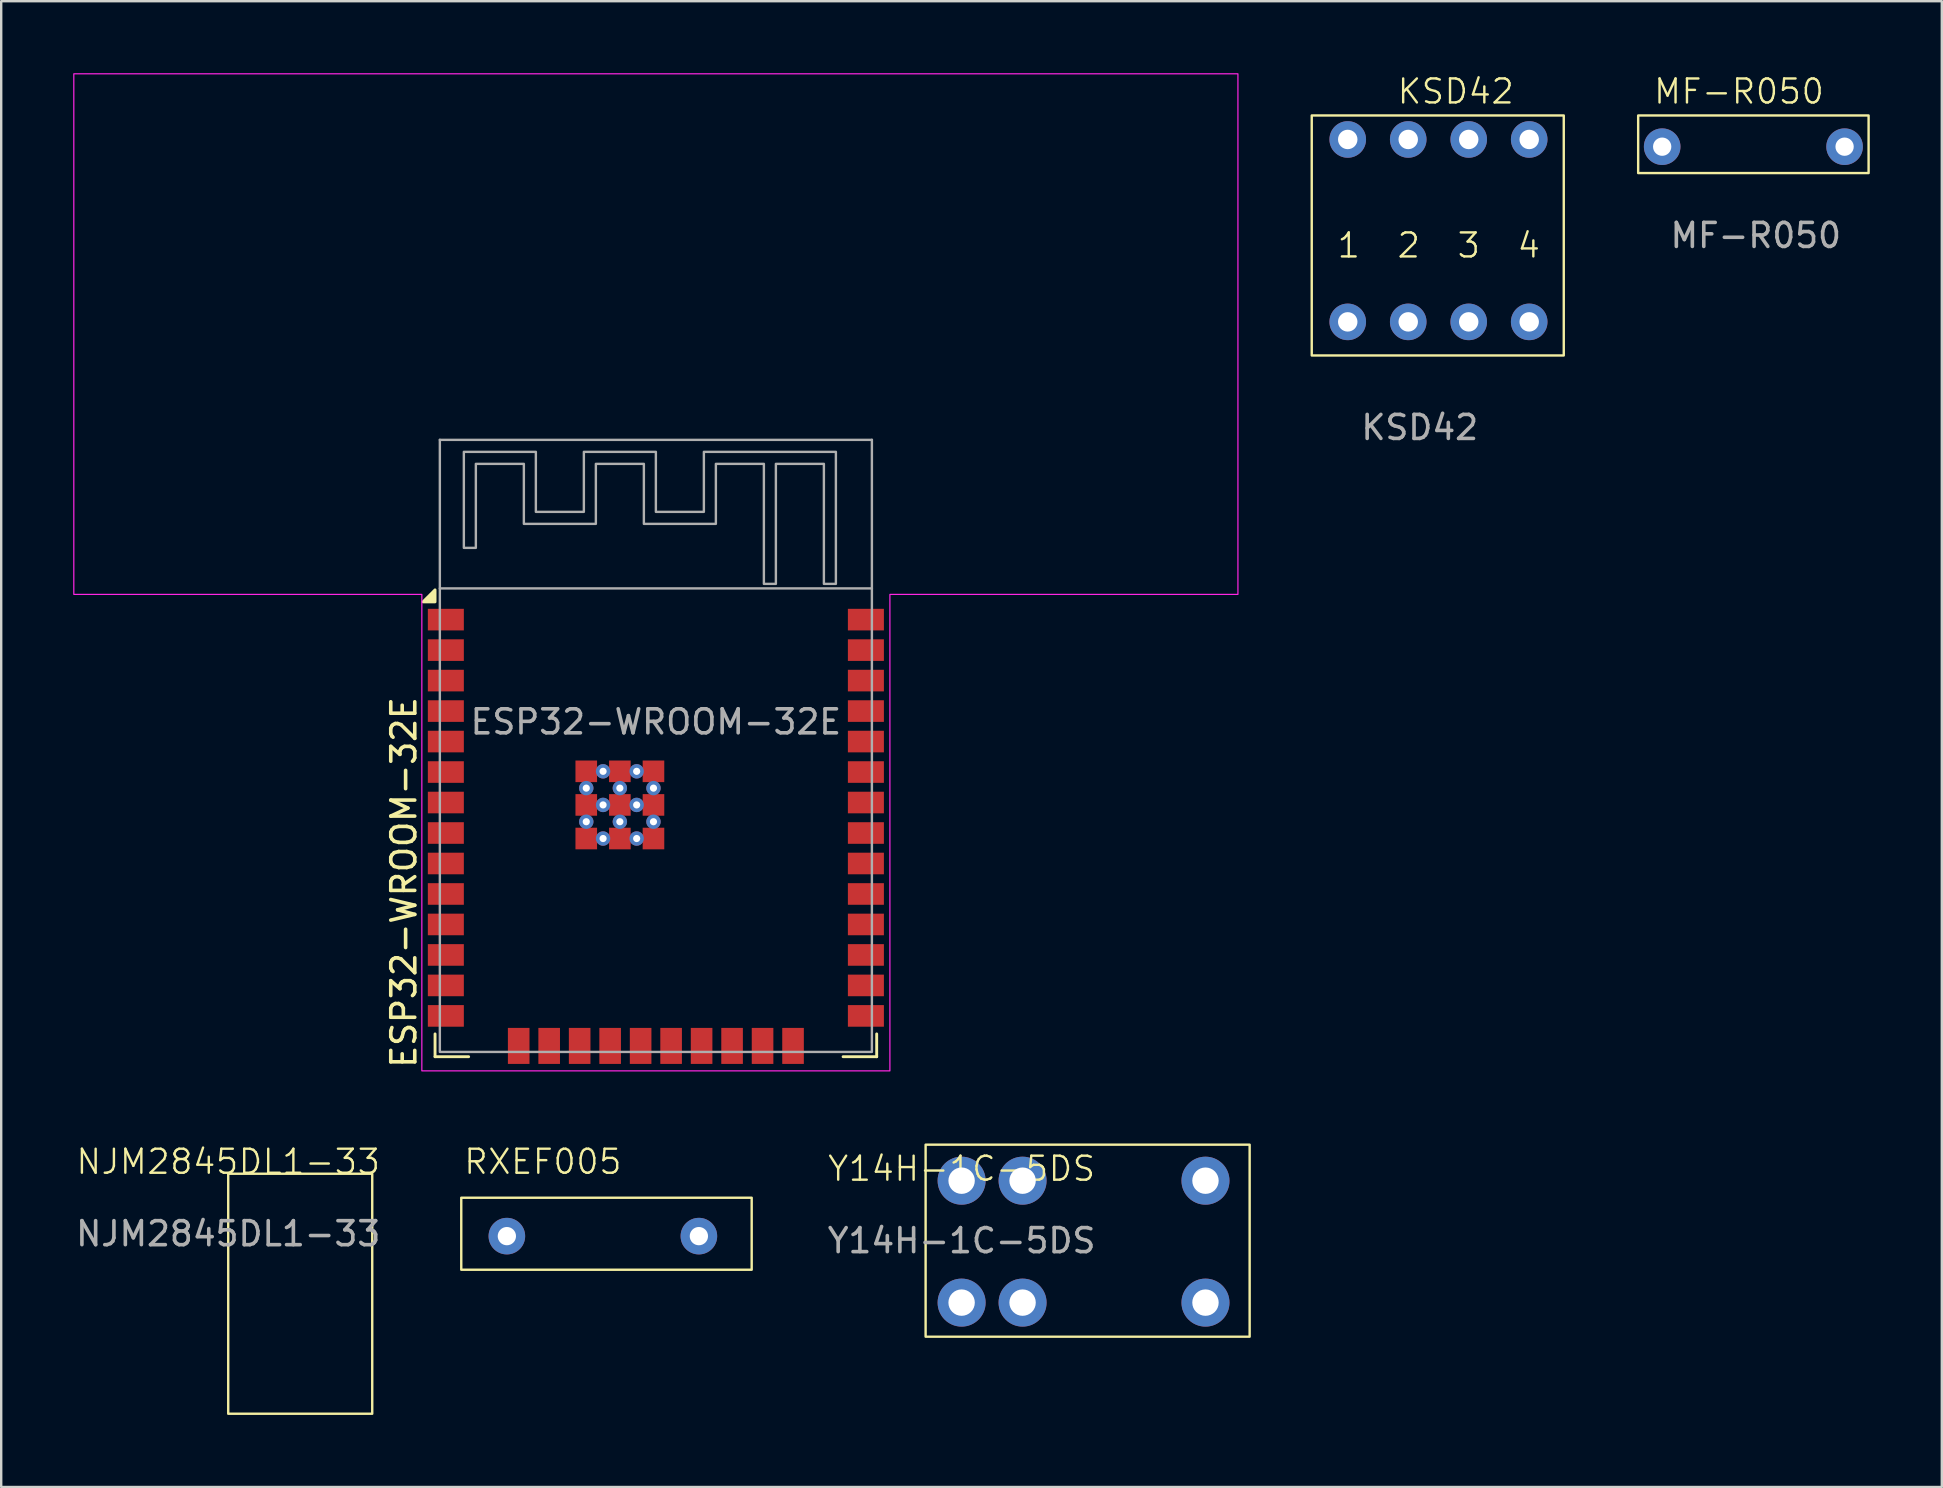
<source format=kicad_pcb>
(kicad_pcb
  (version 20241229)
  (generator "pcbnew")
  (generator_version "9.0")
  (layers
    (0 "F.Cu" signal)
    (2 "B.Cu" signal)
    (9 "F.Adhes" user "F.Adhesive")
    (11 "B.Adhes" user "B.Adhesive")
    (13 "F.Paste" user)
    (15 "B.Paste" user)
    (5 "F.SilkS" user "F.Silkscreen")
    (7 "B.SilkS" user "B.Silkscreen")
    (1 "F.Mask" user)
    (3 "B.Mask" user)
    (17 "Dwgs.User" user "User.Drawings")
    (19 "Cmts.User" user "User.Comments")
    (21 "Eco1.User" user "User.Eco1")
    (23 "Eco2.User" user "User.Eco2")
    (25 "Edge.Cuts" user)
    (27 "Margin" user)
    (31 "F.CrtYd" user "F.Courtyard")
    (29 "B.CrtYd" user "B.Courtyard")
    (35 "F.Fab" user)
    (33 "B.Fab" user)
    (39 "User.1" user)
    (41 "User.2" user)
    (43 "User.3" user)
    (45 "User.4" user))
  (footprint "MF-R050"
    (layer "F.Cu")
    (at 70 3.061)
    (property "Reference" "MF-R050" (at -0.6 -2.3 0) (unlocked yes) (layer "F.SilkS") (effects (font (size 1 1) (thickness 0.1))))
    (attr through_hole)
    (fp_rect (start -4.8 -1.3) (end 4.8 1.1) (stroke (width 0.1) (type default)) (fill no) (layer "F.SilkS"))
    (fp_text user "${REFERENCE}" (at 0.1 3.7 0) (unlocked yes) (layer "F.Fab") (effects (font (size 1 1) (thickness 0.15))))
    (pad "1" thru_hole circle (at -3.8 0) (size 1.524 1.524) (drill 0.762) (layers "*.Cu" "*.Mask"))
    (pad "2" thru_hole circle (at 3.8 0) (size 1.524 1.524) (drill 0.762) (layers "*.Cu" "*.Mask")))
  (footprint "RXEF005"
    (layer "F.Cu")
    (at 16.167 46.85)
    (property "Reference" "RXEF005" (at 3.4 -1.5 0) (unlocked yes) (layer "F.SilkS") (effects (font (size 1 1) (thickness 0.1))))
    (attr through_hole)
    (fp_rect (start 0 0) (end 12.1 3) (stroke (width 0.1) (type default)) (fill no) (layer "F.SilkS"))
    (pad "1" thru_hole circle (at 1.9 1.6) (size 1.524 1.524) (drill 0.762) (layers "*.Cu" "*.Mask"))
    (pad "2" thru_hole circle (at 9.9 1.6) (size 1.524 1.524) (drill 0.762) (layers "*.Cu" "*.Mask")))
  (footprint "ESP32-WROOM-32E"
    (layer "F.Cu")
    (at 24.275 28.025)
    (property "Reference" "ESP32-WROOM-32E" (at -10.5 13.5 90) (layer "F.SilkS") (effects (font (size 1 1) (thickness 0.15)) (justify left)))
    (attr smd)
    (fp_line (start -9.2 12.95) (end -9.2 12) (stroke (width 0.12) (type solid)) (layer "F.SilkS"))
    (fp_line (start -7.8 12.95) (end -9.2 12.95) (stroke (width 0.12) (type solid)) (layer "F.SilkS"))
    (fp_line (start 7.8 12.95) (end 9.2 12.95) (stroke (width 0.12) (type solid)) (layer "F.SilkS"))
    (fp_line (start 9.2 12.95) (end 9.2 12) (stroke (width 0.12) (type solid)) (layer "F.SilkS"))
    (fp_poly (pts (xy -9.2 -6) (xy -9.7 -6) (xy -9.2 -6.5) (xy -9.2 -6)) (stroke (width 0.12) (type solid)) (fill yes) (layer "F.SilkS"))
    (fp_poly (pts (xy -24.25 -28) (xy 24.25 -28) (xy 24.25 -6.31) (xy 9.75 -6.31) (xy 9.75 13.54) (xy -9.75 13.54) (xy -9.75 -6.31) (xy -24.25 -6.31)) (stroke (width 0.05) (type solid)) (fill no) (layer "F.CrtYd"))
    (fp_line (start -9 -12.75) (end 9 -12.75) (stroke (width 0.1) (type solid)) (layer "F.Fab"))
    (fp_line (start -9 -6.56) (end -9 -12.75) (stroke (width 0.1) (type solid)) (layer "F.Fab"))
    (fp_line (start 9 -12.75) (end 9 -6.56) (stroke (width 0.1) (type solid)) (layer "F.Fab"))
    (fp_rect (start -9 -6.56) (end 9 12.75) (stroke (width 0.1) (type solid)) (fill no) (layer "F.Fab"))
    (fp_poly (pts (xy -5 -9.75) (xy -3 -9.75) (xy -3 -12.25) (xy 0 -12.25) (xy 0 -9.75) (xy 2 -9.75) (xy 2 -12.25) (xy 7.5 -12.25) (xy 7.5 -6.75) (xy 7 -6.75) (xy 7 -11.75) (xy 5 -11.75) (xy 5 -6.75) (xy 4.5 -6.75) (xy 4.5 -11.75) (xy 2.5 -11.75) (xy 2.5 -9.25) (xy -0.5 -9.25) (xy -0.5 -11.75) (xy -2.5 -11.75) (xy -2.5 -9.25) (xy -5.5 -9.25) (xy -5.5 -11.75) (xy -7.5 -11.75) (xy -7.5 -8.25) (xy -8 -8.25) (xy -8 -12.25) (xy -5 -12.25)) (stroke (width 0.1) (type solid)) (fill no) (layer "F.Fab"))
    (fp_text user "${REFERENCE}" (at 0 -1 0) (layer "F.Fab") (effects (font (size 1 1) (thickness 0.15))))
    (pad "1" smd rect (at -8.75 -5.26) (size 1.5 0.9) (layers "F.Cu" "F.Mask" "F.Paste"))
    (pad "2" smd rect (at -8.75 -3.99) (size 1.5 0.9) (layers "F.Cu" "F.Mask" "F.Paste"))
    (pad "3" smd rect (at -8.75 -2.72) (size 1.5 0.9) (layers "F.Cu" "F.Mask" "F.Paste"))
    (pad "4" smd rect (at -8.75 -1.45) (size 1.5 0.9) (layers "F.Cu" "F.Mask" "F.Paste"))
    (pad "5" smd rect (at -8.75 -0.18) (size 1.5 0.9) (layers "F.Cu" "F.Mask" "F.Paste"))
    (pad "6" smd rect (at -8.75 1.09) (size 1.5 0.9) (layers "F.Cu" "F.Mask" "F.Paste"))
    (pad "7" smd rect (at -8.75 2.36) (size 1.5 0.9) (layers "F.Cu" "F.Mask" "F.Paste"))
    (pad "8" smd rect (at -8.75 3.63) (size 1.5 0.9) (layers "F.Cu" "F.Mask" "F.Paste"))
    (pad "9" smd rect (at -8.75 4.9) (size 1.5 0.9) (layers "F.Cu" "F.Mask" "F.Paste"))
    (pad "10" smd rect (at -8.75 6.17) (size 1.5 0.9) (layers "F.Cu" "F.Mask" "F.Paste"))
    (pad "11" smd rect (at -8.75 7.44) (size 1.5 0.9) (layers "F.Cu" "F.Mask" "F.Paste"))
    (pad "12" smd rect (at -8.75 8.71) (size 1.5 0.9) (layers "F.Cu" "F.Mask" "F.Paste"))
    (pad "13" smd rect (at -8.75 9.98) (size 1.5 0.9) (layers "F.Cu" "F.Mask" "F.Paste"))
    (pad "14" smd rect (at -8.75 11.25) (size 1.5 0.9) (layers "F.Cu" "F.Mask" "F.Paste"))
    (pad "15" smd rect (at -5.715 12.5 90) (size 1.5 0.9) (layers "F.Cu" "F.Mask" "F.Paste"))
    (pad "16" smd rect (at -4.445 12.5 90) (size 1.5 0.9) (layers "F.Cu" "F.Mask" "F.Paste"))
    (pad "17" smd rect (at -3.175 12.5 90) (size 1.5 0.9) (layers "F.Cu" "F.Mask" "F.Paste"))
    (pad "18" smd rect (at -1.905 12.5 90) (size 1.5 0.9) (layers "F.Cu" "F.Mask" "F.Paste"))
    (pad "19" smd rect (at -0.635 12.5 90) (size 1.5 0.9) (layers "F.Cu" "F.Mask" "F.Paste"))
    (pad "20" smd rect (at 0.635 12.5 90) (size 1.5 0.9) (layers "F.Cu" "F.Mask" "F.Paste"))
    (pad "21" smd rect (at 1.905 12.5 90) (size 1.5 0.9) (layers "F.Cu" "F.Mask" "F.Paste"))
    (pad "22" smd rect (at 3.175 12.5 90) (size 1.5 0.9) (layers "F.Cu" "F.Mask" "F.Paste"))
    (pad "23" smd rect (at 4.445 12.5 90) (size 1.5 0.9) (layers "F.Cu" "F.Mask" "F.Paste"))
    (pad "24" smd rect (at 5.715 12.5 90) (size 1.5 0.9) (layers "F.Cu" "F.Mask" "F.Paste"))
    (pad "25" smd rect (at 8.75 11.25) (size 1.5 0.9) (layers "F.Cu" "F.Mask" "F.Paste"))
    (pad "26" smd rect (at 8.75 9.98) (size 1.5 0.9) (layers "F.Cu" "F.Mask" "F.Paste"))
    (pad "27" smd rect (at 8.75 8.71) (size 1.5 0.9) (layers "F.Cu" "F.Mask" "F.Paste"))
    (pad "28" smd rect (at 8.75 7.44) (size 1.5 0.9) (layers "F.Cu" "F.Mask" "F.Paste"))
    (pad "29" smd rect (at 8.75 6.17) (size 1.5 0.9) (layers "F.Cu" "F.Mask" "F.Paste"))
    (pad "30" smd rect (at 8.75 4.9) (size 1.5 0.9) (layers "F.Cu" "F.Mask" "F.Paste"))
    (pad "31" smd rect (at 8.75 3.63) (size 1.5 0.9) (layers "F.Cu" "F.Mask" "F.Paste"))
    (pad "32" smd rect (at 8.75 2.36) (size 1.5 0.9) (layers "F.Cu" "F.Mask" "F.Paste"))
    (pad "33" smd rect (at 8.75 1.09) (size 1.5 0.9) (layers "F.Cu" "F.Mask" "F.Paste"))
    (pad "34" smd rect (at 8.75 -0.18) (size 1.5 0.9) (layers "F.Cu" "F.Mask" "F.Paste"))
    (pad "35" smd rect (at 8.75 -1.45) (size 1.5 0.9) (layers "F.Cu" "F.Mask" "F.Paste"))
    (pad "36" smd rect (at 8.75 -2.72) (size 1.5 0.9) (layers "F.Cu" "F.Mask" "F.Paste"))
    (pad "37" smd rect (at 8.75 -3.99) (size 1.5 0.9) (layers "F.Cu" "F.Mask" "F.Paste"))
    (pad "38" smd rect (at 8.75 -5.26) (size 1.5 0.9) (layers "F.Cu" "F.Mask" "F.Paste"))
    (pad "39" smd rect (at -2.9 1.06) (size 0.9 0.9) (layers "F.Cu" "F.Mask" "F.Paste"))
    (pad "39" thru_hole circle (at -2.9 1.76) (size 0.6 0.6) (drill 0.3) (layers "*.Cu" "*.Mask"))
    (pad "39" smd rect (at -2.9 2.46) (size 0.9 0.9) (layers "F.Cu" "F.Mask" "F.Paste"))
    (pad "39" thru_hole circle (at -2.9 3.16) (size 0.6 0.6) (drill 0.3) (layers "*.Cu" "*.Mask"))
    (pad "39" smd rect (at -2.9 3.86) (size 0.9 0.9) (layers "F.Cu" "F.Mask" "F.Paste"))
    (pad "39" thru_hole circle (at -2.2 1.06) (size 0.6 0.6) (drill 0.3) (layers "*.Cu" "*.Mask"))
    (pad "39" thru_hole circle (at -2.2 2.46 90) (size 0.6 0.6) (drill 0.3) (layers "*.Cu" "*.Mask"))
    (pad "39" thru_hole circle (at -2.2 3.86) (size 0.6 0.6) (drill 0.3) (layers "*.Cu" "*.Mask"))
    (pad "39" smd rect (at -1.5 1.06) (size 0.9 0.9) (layers "F.Cu" "F.Mask" "F.Paste"))
    (pad "39" thru_hole circle (at -1.5 1.76) (size 0.6 0.6) (drill 0.3) (layers "*.Cu" "*.Mask"))
    (pad "39" smd rect (at -1.5 2.46) (size 0.9 0.9) (layers "F.Cu" "F.Mask" "F.Paste"))
    (pad "39" thru_hole circle (at -1.5 3.16) (size 0.6 0.6) (drill 0.3) (layers "*.Cu" "*.Mask"))
    (pad "39" smd rect (at -1.5 3.86) (size 0.9 0.9) (layers "F.Cu" "F.Mask" "F.Paste"))
    (pad "39" thru_hole circle (at -0.8 1.06) (size 0.6 0.6) (drill 0.3) (layers "*.Cu" "*.Mask"))
    (pad "39" thru_hole circle (at -0.8 2.46) (size 0.6 0.6) (drill 0.3) (layers "*.Cu" "*.Mask"))
    (pad "39" thru_hole circle (at -0.8 3.86) (size 0.6 0.6) (drill 0.3) (layers "*.Cu" "*.Mask"))
    (pad "39" smd rect (at -0.1 1.06) (size 0.9 0.9) (layers "F.Cu" "F.Mask" "F.Paste"))
    (pad "39" thru_hole circle (at -0.1 1.76) (size 0.6 0.6) (drill 0.3) (layers "*.Cu" "*.Mask"))
    (pad "39" smd rect (at -0.1 2.46) (size 0.9 0.9) (layers "F.Cu" "F.Mask" "F.Paste"))
    (pad "39" thru_hole circle (at -0.1 3.16) (size 0.6 0.6) (drill 0.3) (layers "*.Cu" "*.Mask"))
    (pad "39" smd rect (at -0.1 3.86) (size 0.9 0.9) (layers "F.Cu" "F.Mask" "F.Paste"))
    (zone (net_name "") (layer "F.Cu") (hatch full 0.5) (connect_pads) (min_thickness 0.25) (filled_areas_thickness no) (keepout (tracks not_allowed) (vias not_allowed) (pads not_allowed) (copperpour not_allowed) (footprints not_allowed)) (placement (enabled no)) (fill) (polygon (pts (xy 0.275 0.275) (xy 48.275 0.275) (xy 48.275 21.465) (xy 0.275 21.465)))))
  (footprint "KSD42"
    (layer "F.Cu")
    (at 53.1 2.76)
    (property "Reference" "KSD42" (at 4.5 -2 0) (unlocked yes) (layer "F.SilkS") (effects (font (size 1 1) (thickness 0.1))))
    (attr through_hole)
    (fp_rect (start -1.5 -1) (end 9 9) (stroke (width 0.1) (type default)) (fill no) (layer "F.SilkS"))
    (fp_text user "2" (at 2 5 0) (unlocked yes) (layer "F.SilkS") (effects (font (size 1 1) (thickness 0.1)) (justify left bottom)))
    (fp_text user "4" (at 7 5 0) (unlocked yes) (layer "F.SilkS") (effects (font (size 1 1) (thickness 0.1)) (justify left bottom)))
    (fp_text user "1" (at -0.5 5 0) (unlocked yes) (layer "F.SilkS") (effects (font (size 1 1) (thickness 0.1)) (justify left bottom)))
    (fp_text user "3" (at 4.5 5 0) (unlocked yes) (layer "F.SilkS") (effects (font (size 1 1) (thickness 0.1)) (justify left bottom)))
    (fp_text user "${REFERENCE}" (at 3 12 0) (unlocked yes) (layer "F.Fab") (effects (font (size 1 1) (thickness 0.15))))
    (pad "1" thru_hole circle (at 0 0) (size 1.524 1.524) (drill 0.81) (layers "*.Cu" "*.Mask"))
    (pad "2" thru_hole circle (at 2.52 0) (size 1.524 1.524) (drill 0.81) (layers "*.Cu" "*.Mask"))
    (pad "3" thru_hole circle (at 5.04 0) (size 1.524 1.524) (drill 0.81) (layers "*.Cu" "*.Mask"))
    (pad "4" thru_hole circle (at 7.56 0) (size 1.524 1.524) (drill 0.81) (layers "*.Cu" "*.Mask"))
    (pad "5" thru_hole circle (at 0 7.6) (size 1.524 1.524) (drill 0.81) (layers "*.Cu" "*.Mask"))
    (pad "6" thru_hole circle (at 2.52 7.6) (size 1.524 1.524) (drill 0.81) (layers "*.Cu" "*.Mask"))
    (pad "7" thru_hole circle (at 5.04 7.6) (size 1.524 1.524) (drill 0.81) (layers "*.Cu" "*.Mask"))
    (pad "8" thru_hole circle (at 7.56 7.6) (size 1.524 1.524) (drill 0.81) (layers "*.Cu" "*.Mask")))
  (footprint "Y14H-1C-5DS"
    (layer "F.Cu")
    (at 37.013 46.14)
    (property "Reference" "Y14H-1C-5DS" (at 0 -0.5 0) (unlocked yes) (layer "F.SilkS") (effects (font (size 1 1) (thickness 0.1))))
    (attr through_hole)
    (fp_rect (start -1.5 -1.5) (end 12 6.5) (stroke (width 0.1) (type default)) (fill no) (layer "F.SilkS"))
    (fp_text user "${REFERENCE}" (at 0 2.5 0) (unlocked yes) (layer "F.Fab") (effects (font (size 1 1) (thickness 0.15))))
    (pad "1" thru_hole circle (at 0 0) (size 2 2) (drill 1.1) (layers "*.Cu" "*.Mask"))
    (pad "2" thru_hole circle (at 0 5.08) (size 2 2) (drill 1.1) (layers "*.Cu" "*.Mask"))
    (pad "3" thru_hole circle (at 2.54 0) (size 2 2) (drill 1.1) (layers "*.Cu" "*.Mask"))
    (pad "4" thru_hole circle (at 2.54 5.08) (size 2 2) (drill 1.1) (layers "*.Cu" "*.Mask"))
    (pad "5" thru_hole circle (at 10.16 0) (size 2 2) (drill 1.1) (layers "*.Cu" "*.Mask"))
    (pad "6" thru_hole circle (at 10.16 5.08) (size 2 2) (drill 1.1) (layers "*.Cu" "*.Mask")))
  (footprint "NJM2845DL1-33"
    (layer "F.Cu")
    (at 6.458 45.85)
    (property "Reference" "NJM2845DL1-33" (at 0 -0.5 0) (unlocked yes) (layer "F.SilkS") (effects (font (size 1 1) (thickness 0.1))))
    (attr smd)
    (fp_rect (start 0 0) (end 6 10) (stroke (width 0.1) (type default)) (fill no) (layer "F.SilkS"))
    (fp_text user "${REFERENCE}" (at 0 2.5 0) (unlocked yes) (layer "F.Fab") (effects (font (size 1 1) (thickness 0.15)))))
  (gr_rect
    (start -3 -3)
    (end 77.85 58.901)
    (stroke (width 0.1) (type default))
    (fill no)
    (layer "Edge.Cuts")))
</source>
